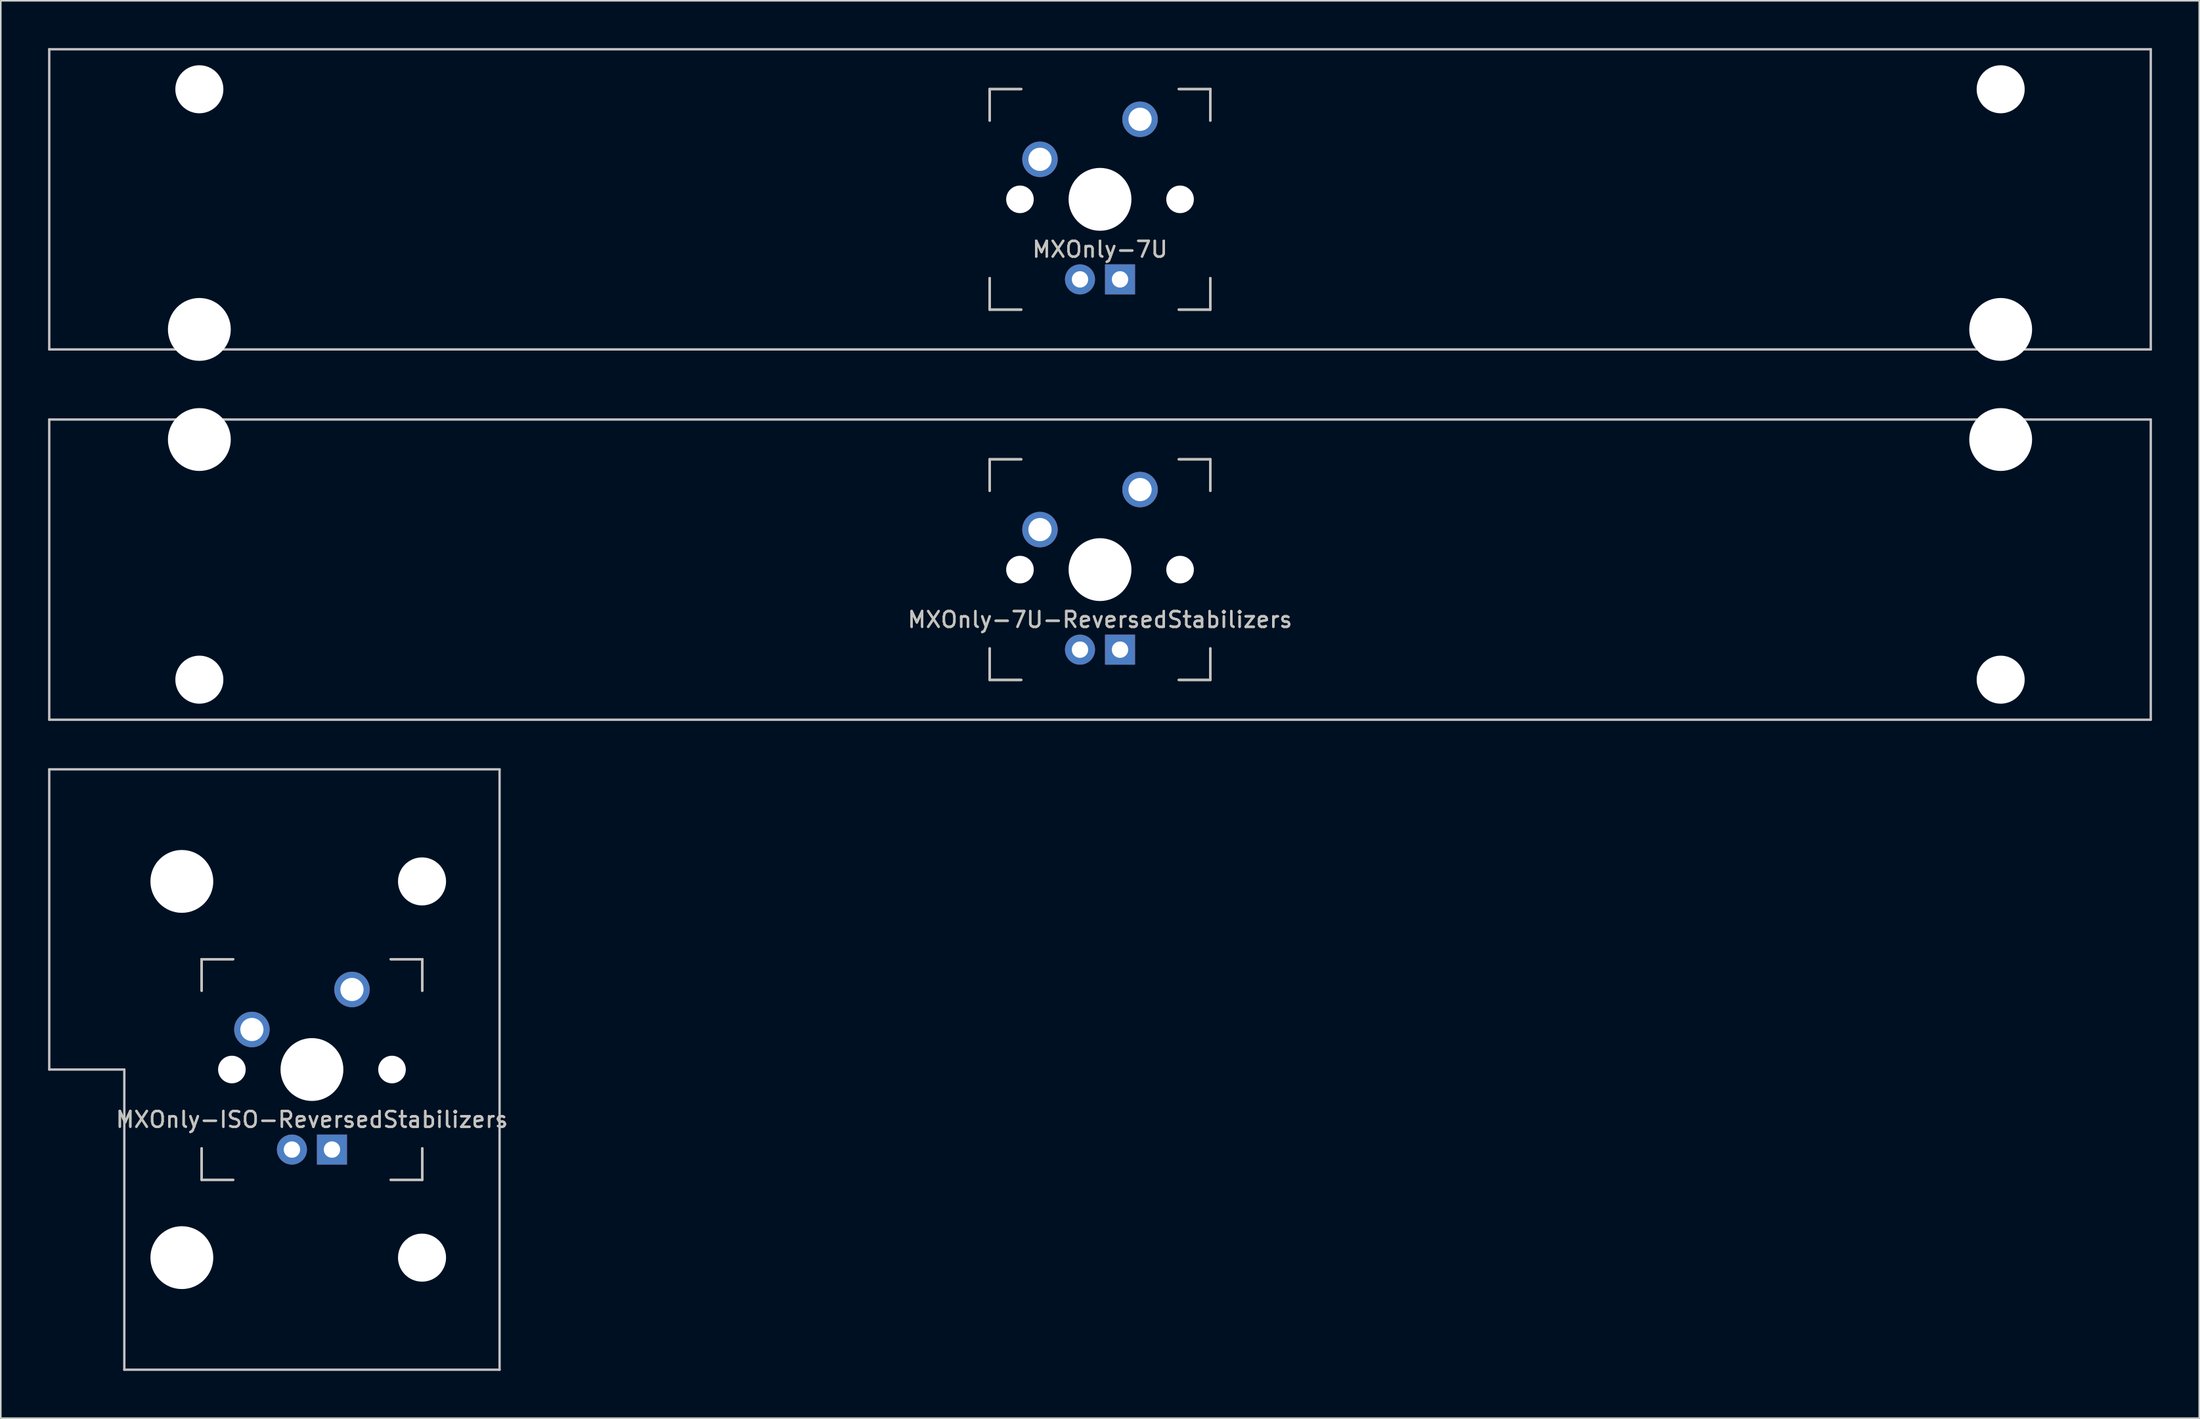
<source format=kicad_pcb>
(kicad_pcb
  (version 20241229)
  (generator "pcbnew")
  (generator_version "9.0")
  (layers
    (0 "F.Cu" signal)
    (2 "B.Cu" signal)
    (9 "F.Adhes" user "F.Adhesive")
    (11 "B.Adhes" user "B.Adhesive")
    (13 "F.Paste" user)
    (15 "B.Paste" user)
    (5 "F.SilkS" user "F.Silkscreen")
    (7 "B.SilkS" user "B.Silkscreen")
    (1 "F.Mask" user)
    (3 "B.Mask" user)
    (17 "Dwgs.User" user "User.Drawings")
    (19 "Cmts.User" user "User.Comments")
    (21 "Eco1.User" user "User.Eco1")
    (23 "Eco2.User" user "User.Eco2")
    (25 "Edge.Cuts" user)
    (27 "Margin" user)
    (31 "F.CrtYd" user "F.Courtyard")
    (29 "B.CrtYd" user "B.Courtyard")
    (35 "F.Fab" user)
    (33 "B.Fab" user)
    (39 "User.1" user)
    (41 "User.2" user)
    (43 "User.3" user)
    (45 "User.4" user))
  (footprint "MXOnly-7U-ReversedStabilizers"
    (layer "F.Cu")
    (at 66.75 33.098)
    (property "Reference" "MXOnly-7U-ReversedStabilizers" (at 0 3.175 0) (layer "Dwgs.User") (effects (font (size 1 1) (thickness 0.15))))
    (attr through_hole)
    (fp_line (start -7 -7) (end -7 -5) (stroke (width 0.15) (type solid)) (layer "F.SilkS"))
    (fp_line (start -7 5) (end -7 7) (stroke (width 0.15) (type solid)) (layer "F.SilkS"))
    (fp_line (start -7 7) (end -5 7) (stroke (width 0.15) (type solid)) (layer "F.SilkS"))
    (fp_line (start -5 -7) (end -7 -7) (stroke (width 0.15) (type solid)) (layer "F.SilkS"))
    (fp_line (start 5 -7) (end 7 -7) (stroke (width 0.15) (type solid)) (layer "F.SilkS"))
    (fp_line (start 5 7) (end 7 7) (stroke (width 0.15) (type solid)) (layer "F.SilkS"))
    (fp_line (start 7 -7) (end 7 -5) (stroke (width 0.15) (type solid)) (layer "F.SilkS"))
    (fp_line (start 7 7) (end 7 5) (stroke (width 0.15) (type solid)) (layer "F.SilkS"))
    (fp_line (start -66.675 -9.525) (end 66.675 -9.525) (stroke (width 0.15) (type solid)) (layer "Dwgs.User"))
    (fp_line (start -66.675 9.525) (end -66.675 -9.525) (stroke (width 0.15) (type solid)) (layer "Dwgs.User"))
    (fp_line (start -66.675 9.525) (end 66.675 9.525) (stroke (width 0.15) (type solid)) (layer "Dwgs.User"))
    (fp_line (start -7 -7) (end -7 -5) (stroke (width 0.15) (type solid)) (layer "Dwgs.User"))
    (fp_line (start -7 5) (end -7 7) (stroke (width 0.15) (type solid)) (layer "Dwgs.User"))
    (fp_line (start -7 7) (end -5 7) (stroke (width 0.15) (type solid)) (layer "Dwgs.User"))
    (fp_line (start -5 -7) (end -7 -7) (stroke (width 0.15) (type solid)) (layer "Dwgs.User"))
    (fp_line (start 5 -7) (end 7 -7) (stroke (width 0.15) (type solid)) (layer "Dwgs.User"))
    (fp_line (start 5 7) (end 7 7) (stroke (width 0.15) (type solid)) (layer "Dwgs.User"))
    (fp_line (start 7 -7) (end 7 -5) (stroke (width 0.15) (type solid)) (layer "Dwgs.User"))
    (fp_line (start 7 7) (end 7 5) (stroke (width 0.15) (type solid)) (layer "Dwgs.User"))
    (fp_line (start 66.675 -9.525) (end 66.675 9.525) (stroke (width 0.15) (type solid)) (layer "Dwgs.User"))
    (fp_text user "${REFERENCE}" (at 0 3.175 0) (layer "F.SilkS") (effects (font (size 1 1) (thickness 0.15))))
    (pad "" np_thru_hole circle (at -57.15 -8.255) (size 3.988 3.988) (drill 3.988) (layers "*.Cu" "*.Mask"))
    (pad "" np_thru_hole circle (at -57.15 6.985) (size 3.048 3.048) (drill 3.048) (layers "*.Cu" "*.Mask"))
    (pad "" np_thru_hole circle (at -5.08 0 48.1) (size 1.75 1.75) (drill 1.75) (layers "*.Cu" "*.Mask"))
    (pad "" np_thru_hole circle (at 0 0) (size 3.988 3.988) (drill 3.988) (layers "*.Cu" "*.Mask"))
    (pad "" np_thru_hole circle (at 5.08 0 48.1) (size 1.75 1.75) (drill 1.75) (layers "*.Cu" "*.Mask"))
    (pad "" np_thru_hole circle (at 57.15 -8.255) (size 3.988 3.988) (drill 3.988) (layers "*.Cu" "*.Mask"))
    (pad "" np_thru_hole circle (at 57.15 6.985) (size 3.048 3.048) (drill 3.048) (layers "*.Cu" "*.Mask"))
    (pad "1" thru_hole circle (at -3.81 -2.54) (size 2.25 2.25) (drill 1.47) (layers "*.Cu" "B.Mask"))
    (pad "2" thru_hole circle (at 2.54 -5.08) (size 2.25 2.25) (drill 1.47) (layers "*.Cu" "B.Mask"))
    (pad "3" thru_hole circle (at -1.27 5.08) (size 1.905 1.905) (drill 1.04) (layers "*.Cu" "B.Mask"))
    (pad "4" thru_hole rect (at 1.27 5.08) (size 1.905 1.905) (drill 1.04) (layers "*.Cu" "B.Mask")))
  (footprint "MXOnly-ISO-ReversedStabilizers"
    (layer "F.Cu")
    (at 16.744 64.823)
    (property "Reference" "MXOnly-ISO-ReversedStabilizers" (at 0 3.175 0) (layer "Dwgs.User") (effects (font (size 1 1) (thickness 0.15))))
    (attr through_hole)
    (fp_line (start -7 -7) (end -7 -5) (stroke (width 0.15) (type solid)) (layer "F.SilkS"))
    (fp_line (start -7 5) (end -7 7) (stroke (width 0.15) (type solid)) (layer "F.SilkS"))
    (fp_line (start -7 7) (end -5 7) (stroke (width 0.15) (type solid)) (layer "F.SilkS"))
    (fp_line (start -5 -7) (end -7 -7) (stroke (width 0.15) (type solid)) (layer "F.SilkS"))
    (fp_line (start 5 -7) (end 7 -7) (stroke (width 0.15) (type solid)) (layer "F.SilkS"))
    (fp_line (start 5 7) (end 7 7) (stroke (width 0.15) (type solid)) (layer "F.SilkS"))
    (fp_line (start 7 -7) (end 7 -5) (stroke (width 0.15) (type solid)) (layer "F.SilkS"))
    (fp_line (start 7 7) (end 7 5) (stroke (width 0.15) (type solid)) (layer "F.SilkS"))
    (fp_line (start -16.669 -19.05) (end -16.669 0) (stroke (width 0.15) (type solid)) (layer "Dwgs.User"))
    (fp_line (start -16.669 -19.05) (end 11.906 -19.05) (stroke (width 0.15) (type solid)) (layer "Dwgs.User"))
    (fp_line (start -11.906 0) (end -16.669 0) (stroke (width 0.15) (type solid)) (layer "Dwgs.User"))
    (fp_line (start -11.906 19.05) (end -11.906 0) (stroke (width 0.15) (type solid)) (layer "Dwgs.User"))
    (fp_line (start -11.906 19.05) (end 11.906 19.05) (stroke (width 0.15) (type solid)) (layer "Dwgs.User"))
    (fp_line (start -7 -7) (end -7 -5) (stroke (width 0.15) (type solid)) (layer "Dwgs.User"))
    (fp_line (start -7 5) (end -7 7) (stroke (width 0.15) (type solid)) (layer "Dwgs.User"))
    (fp_line (start -7 7) (end -5 7) (stroke (width 0.15) (type solid)) (layer "Dwgs.User"))
    (fp_line (start -5 -7) (end -7 -7) (stroke (width 0.15) (type solid)) (layer "Dwgs.User"))
    (fp_line (start 5 -7) (end 7 -7) (stroke (width 0.15) (type solid)) (layer "Dwgs.User"))
    (fp_line (start 5 7) (end 7 7) (stroke (width 0.15) (type solid)) (layer "Dwgs.User"))
    (fp_line (start 7 -7) (end 7 -5) (stroke (width 0.15) (type solid)) (layer "Dwgs.User"))
    (fp_line (start 7 7) (end 7 5) (stroke (width 0.15) (type solid)) (layer "Dwgs.User"))
    (fp_line (start 11.906 -19.05) (end 11.906 19.05) (stroke (width 0.15) (type solid)) (layer "Dwgs.User"))
    (fp_text user "${REFERENCE}" (at 0 3.175 0) (layer "F.SilkS") (effects (font (size 1 1) (thickness 0.15))))
    (pad "" np_thru_hole circle (at -8.255 -11.938) (size 3.988 3.988) (drill 3.988) (layers "*.Cu" "*.Mask"))
    (pad "" np_thru_hole circle (at -8.255 11.938) (size 3.988 3.988) (drill 3.988) (layers "*.Cu" "*.Mask"))
    (pad "" np_thru_hole circle (at -5.08 0 48.1) (size 1.75 1.75) (drill 1.75) (layers "*.Cu" "*.Mask"))
    (pad "" np_thru_hole circle (at 0 0) (size 3.988 3.988) (drill 3.988) (layers "*.Cu" "*.Mask"))
    (pad "" np_thru_hole circle (at 5.08 0 48.1) (size 1.75 1.75) (drill 1.75) (layers "*.Cu" "*.Mask"))
    (pad "" np_thru_hole circle (at 6.985 -11.938) (size 3.048 3.048) (drill 3.048) (layers "*.Cu" "*.Mask"))
    (pad "" np_thru_hole circle (at 6.985 11.938) (size 3.048 3.048) (drill 3.048) (layers "*.Cu" "*.Mask"))
    (pad "1" thru_hole circle (at -3.81 -2.54) (size 2.25 2.25) (drill 1.47) (layers "*.Cu" "B.Mask"))
    (pad "2" thru_hole circle (at 2.54 -5.08) (size 2.25 2.25) (drill 1.47) (layers "*.Cu" "B.Mask"))
    (pad "3" thru_hole circle (at -1.27 5.08) (size 1.905 1.905) (drill 1.04) (layers "*.Cu" "B.Mask"))
    (pad "4" thru_hole rect (at 1.27 5.08) (size 1.905 1.905) (drill 1.04) (layers "*.Cu" "B.Mask")))
  (footprint "MXOnly-7U"
    (layer "F.Cu")
    (at 66.75 9.6)
    (property "Reference" "MXOnly-7U" (at 0 3.175 0) (layer "Dwgs.User") (effects (font (size 1 1) (thickness 0.15))))
    (attr through_hole)
    (fp_line (start -7 -7) (end -7 -5) (stroke (width 0.15) (type solid)) (layer "F.SilkS"))
    (fp_line (start -7 5) (end -7 7) (stroke (width 0.15) (type solid)) (layer "F.SilkS"))
    (fp_line (start -7 7) (end -5 7) (stroke (width 0.15) (type solid)) (layer "F.SilkS"))
    (fp_line (start -5 -7) (end -7 -7) (stroke (width 0.15) (type solid)) (layer "F.SilkS"))
    (fp_line (start 5 -7) (end 7 -7) (stroke (width 0.15) (type solid)) (layer "F.SilkS"))
    (fp_line (start 5 7) (end 7 7) (stroke (width 0.15) (type solid)) (layer "F.SilkS"))
    (fp_line (start 7 -7) (end 7 -5) (stroke (width 0.15) (type solid)) (layer "F.SilkS"))
    (fp_line (start 7 7) (end 7 5) (stroke (width 0.15) (type solid)) (layer "F.SilkS"))
    (fp_line (start -66.675 -9.525) (end 66.675 -9.525) (stroke (width 0.15) (type solid)) (layer "Dwgs.User"))
    (fp_line (start -66.675 9.525) (end -66.675 -9.525) (stroke (width 0.15) (type solid)) (layer "Dwgs.User"))
    (fp_line (start -66.675 9.525) (end 66.675 9.525) (stroke (width 0.15) (type solid)) (layer "Dwgs.User"))
    (fp_line (start -7 -7) (end -7 -5) (stroke (width 0.15) (type solid)) (layer "Dwgs.User"))
    (fp_line (start -7 5) (end -7 7) (stroke (width 0.15) (type solid)) (layer "Dwgs.User"))
    (fp_line (start -7 7) (end -5 7) (stroke (width 0.15) (type solid)) (layer "Dwgs.User"))
    (fp_line (start -5 -7) (end -7 -7) (stroke (width 0.15) (type solid)) (layer "Dwgs.User"))
    (fp_line (start 5 -7) (end 7 -7) (stroke (width 0.15) (type solid)) (layer "Dwgs.User"))
    (fp_line (start 5 7) (end 7 7) (stroke (width 0.15) (type solid)) (layer "Dwgs.User"))
    (fp_line (start 7 -7) (end 7 -5) (stroke (width 0.15) (type solid)) (layer "Dwgs.User"))
    (fp_line (start 7 7) (end 7 5) (stroke (width 0.15) (type solid)) (layer "Dwgs.User"))
    (fp_line (start 66.675 -9.525) (end 66.675 9.525) (stroke (width 0.15) (type solid)) (layer "Dwgs.User"))
    (fp_text user "${REFERENCE}" (at 0 3.175 0) (layer "F.SilkS") (effects (font (size 1 1) (thickness 0.15))))
    (pad "" np_thru_hole circle (at -57.15 -6.985) (size 3.048 3.048) (drill 3.048) (layers "*.Cu" "*.Mask"))
    (pad "" np_thru_hole circle (at -57.15 8.255) (size 3.988 3.988) (drill 3.988) (layers "*.Cu" "*.Mask"))
    (pad "" np_thru_hole circle (at -5.08 0 48.1) (size 1.75 1.75) (drill 1.75) (layers "*.Cu" "*.Mask"))
    (pad "" np_thru_hole circle (at 0 0) (size 3.988 3.988) (drill 3.988) (layers "*.Cu" "*.Mask"))
    (pad "" np_thru_hole circle (at 5.08 0 48.1) (size 1.75 1.75) (drill 1.75) (layers "*.Cu" "*.Mask"))
    (pad "" np_thru_hole circle (at 57.15 -6.985) (size 3.048 3.048) (drill 3.048) (layers "*.Cu" "*.Mask"))
    (pad "" np_thru_hole circle (at 57.15 8.255) (size 3.988 3.988) (drill 3.988) (layers "*.Cu" "*.Mask"))
    (pad "1" thru_hole circle (at -3.81 -2.54) (size 2.25 2.25) (drill 1.47) (layers "*.Cu" "B.Mask"))
    (pad "2" thru_hole circle (at 2.54 -5.08) (size 2.25 2.25) (drill 1.47) (layers "*.Cu" "B.Mask"))
    (pad "3" thru_hole circle (at -1.27 5.08) (size 1.905 1.905) (drill 1.04) (layers "*.Cu" "B.Mask"))
    (pad "4" thru_hole rect (at 1.27 5.08) (size 1.905 1.905) (drill 1.04) (layers "*.Cu" "B.Mask")))
  (gr_rect
    (start -3 -3)
    (end 136.5 86.948)
    (stroke (width 0.1) (type default))
    (fill no)
    (layer "Edge.Cuts")))
</source>
